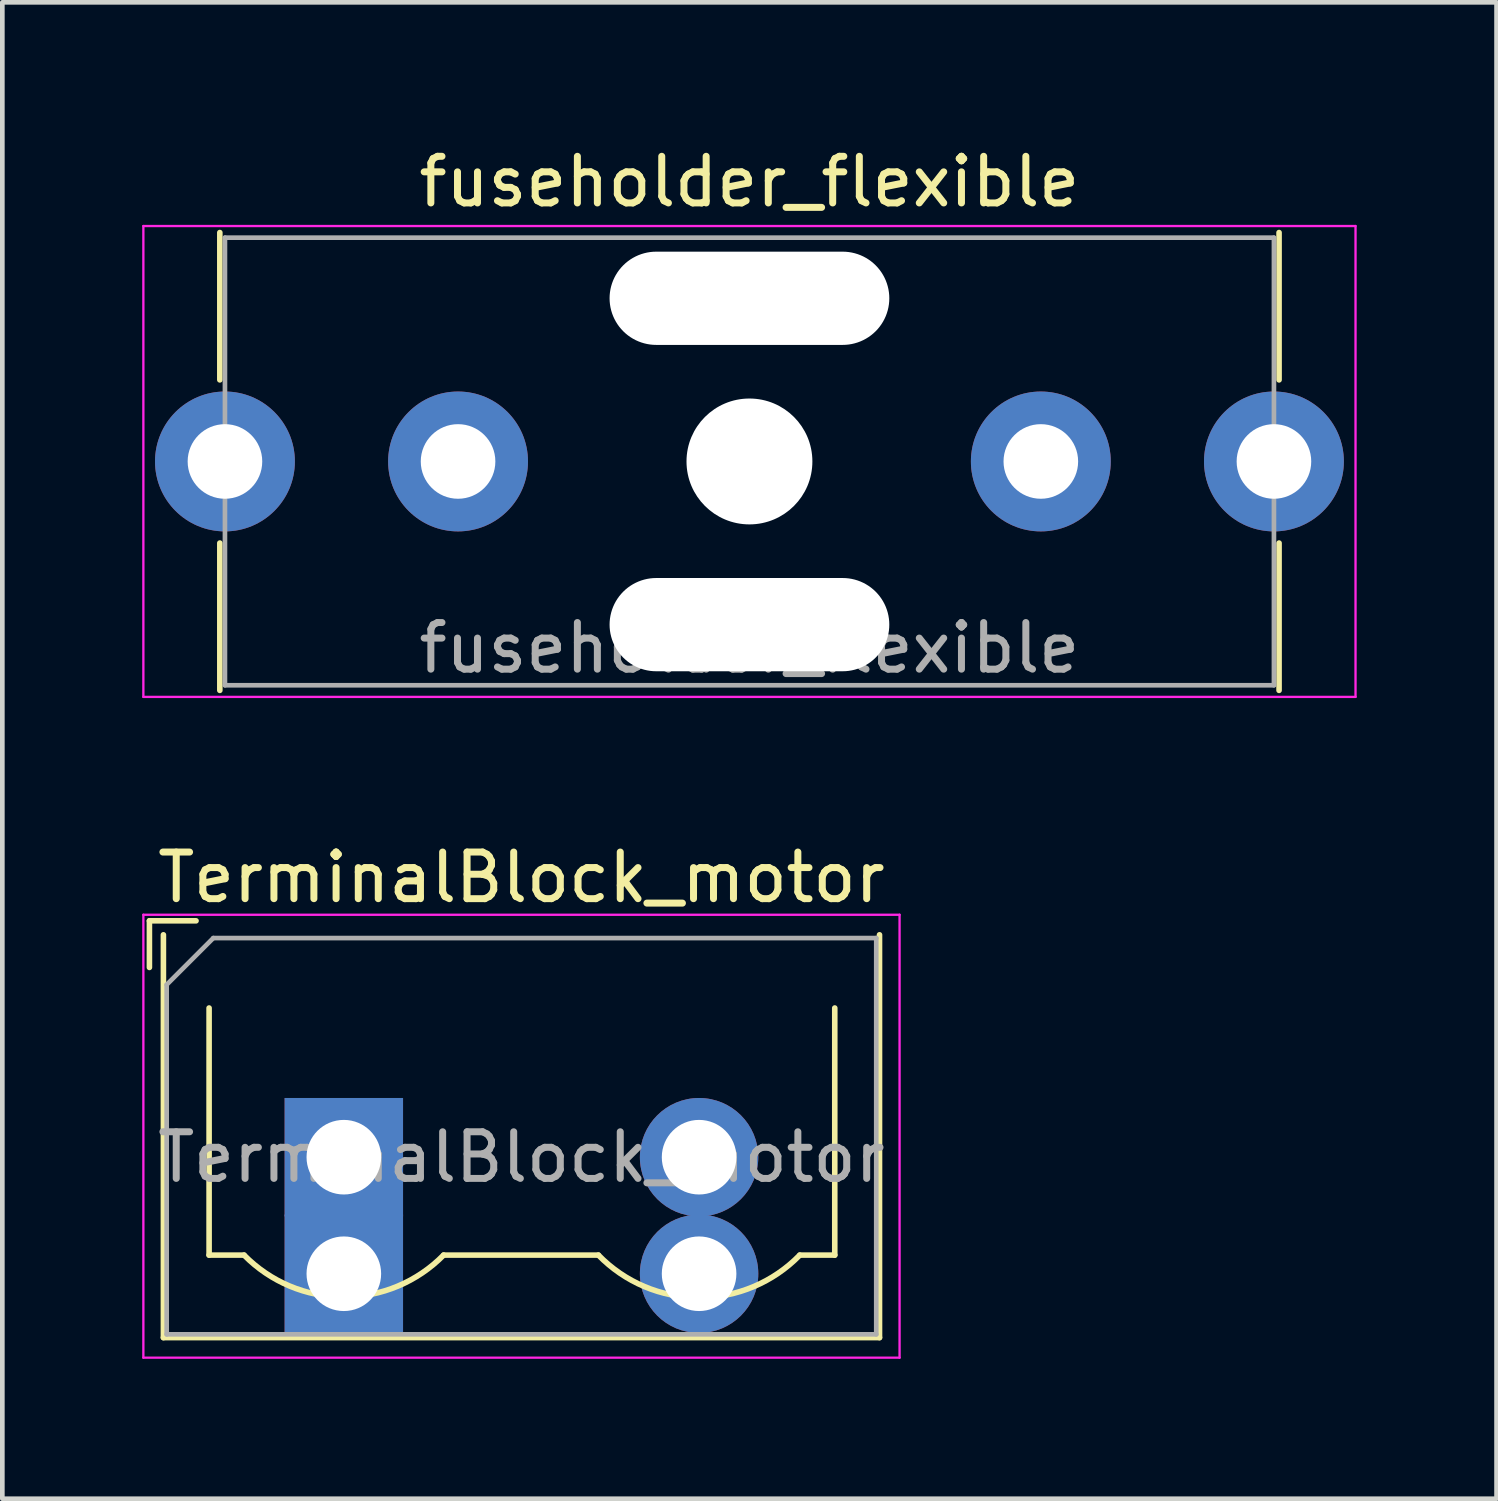
<source format=kicad_pcb>
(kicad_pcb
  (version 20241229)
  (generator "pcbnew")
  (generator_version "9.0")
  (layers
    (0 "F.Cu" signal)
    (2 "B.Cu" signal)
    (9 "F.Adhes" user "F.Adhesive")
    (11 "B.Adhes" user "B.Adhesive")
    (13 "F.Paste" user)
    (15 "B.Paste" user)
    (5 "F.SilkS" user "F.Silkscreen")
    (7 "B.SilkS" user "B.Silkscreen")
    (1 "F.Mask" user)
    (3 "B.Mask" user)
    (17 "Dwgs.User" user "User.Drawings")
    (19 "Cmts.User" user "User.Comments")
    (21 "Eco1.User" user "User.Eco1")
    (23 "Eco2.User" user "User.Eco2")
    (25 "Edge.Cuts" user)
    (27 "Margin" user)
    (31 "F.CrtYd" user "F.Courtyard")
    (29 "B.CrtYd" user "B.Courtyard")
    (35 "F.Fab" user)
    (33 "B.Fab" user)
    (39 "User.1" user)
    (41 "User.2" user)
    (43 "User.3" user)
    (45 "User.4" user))
  (footprint "fuseholder_flexible"
    (layer "F.Cu")
    (at 1.775 6.848)
    (property "Reference" "fuseholder_flexible" (at 11.25 -6 0) (layer "F.SilkS") (effects (font (size 1 1) (thickness 0.15))))
    (attr through_hole)
    (fp_line (start -0.11 -1.75) (end -0.11 -4.91) (stroke (width 0.12) (type solid)) (layer "F.SilkS"))
    (fp_line (start -0.11 4.91) (end -0.11 1.75) (stroke (width 0.12) (type solid)) (layer "F.SilkS"))
    (fp_line (start 22.61 -1.75) (end 22.61 -4.91) (stroke (width 0.12) (type solid)) (layer "F.SilkS"))
    (fp_line (start 22.61 4.91) (end 22.61 1.75) (stroke (width 0.12) (type solid)) (layer "F.SilkS"))
    (fp_line (start -1.75 -5.05) (end 24.25 -5.05) (stroke (width 0.05) (type solid)) (layer "F.CrtYd"))
    (fp_line (start -1.75 5.05) (end -1.75 -5.05) (stroke (width 0.05) (type solid)) (layer "F.CrtYd"))
    (fp_line (start 24.25 -5.05) (end 24.25 5.05) (stroke (width 0.05) (type solid)) (layer "F.CrtYd"))
    (fp_line (start 24.25 5.05) (end -1.75 5.05) (stroke (width 0.05) (type solid)) (layer "F.CrtYd"))
    (fp_line (start 0 -4.8) (end 0 4.8) (stroke (width 0.1) (type solid)) (layer "F.Fab"))
    (fp_line (start 0 4.8) (end 22.5 4.8) (stroke (width 0.1) (type solid)) (layer "F.Fab"))
    (fp_line (start 22.5 -4.8) (end 0 -4.8) (stroke (width 0.1) (type solid)) (layer "F.Fab"))
    (fp_line (start 22.5 4.8) (end 22.5 -4.8) (stroke (width 0.1) (type solid)) (layer "F.Fab"))
    (fp_text user "${REFERENCE}" (at 11.25 4 0) (layer "F.Fab") (effects (font (size 1 1) (thickness 0.15))))
    (pad "" np_thru_hole oval (at 11.25 -3.5) (size 6 2) (drill oval 6 2) (layers "*.Cu" "*.Mask"))
    (pad "" np_thru_hole circle (at 11.25 0) (size 2.7 2.7) (drill 2.7) (layers "*.Cu" "*.Mask"))
    (pad "" np_thru_hole oval (at 11.25 3.5) (size 6 2) (drill oval 6 2) (layers "*.Cu" "*.Mask"))
    (pad "1" thru_hole circle (at 0 0) (size 3 3) (drill 1.6) (layers "*.Cu" "*.Mask"))
    (pad "1" thru_hole circle (at 5 0) (size 3 3) (drill 1.6) (layers "*.Cu" "*.Mask"))
    (pad "2" thru_hole circle (at 17.5 0) (size 3 3) (drill 1.6) (layers "*.Cu" "*.Mask"))
    (pad "2" thru_hole circle (at 22.5 0) (size 3 3) (drill 1.6) (layers "*.Cu" "*.Mask")))
  (footprint "TerminalBlock_motor"
    (layer "F.Cu")
    (at 4.325 21.771)
    (property "Reference" "TerminalBlock_motor" (at 3.81 -6 180) (layer "F.SilkS") (effects (font (size 1 1) (thickness 0.15))))
    (attr through_hole)
    (fp_line (start -4.17 -5.07) (end -4.17 -4.07) (stroke (width 0.12) (type solid)) (layer "F.SilkS"))
    (fp_line (start -4.17 -5.07) (end -3.17 -5.07) (stroke (width 0.12) (type solid)) (layer "F.SilkS"))
    (fp_line (start -3.87 3.87) (end -3.87 -4.77) (stroke (width 0.12) (type solid)) (layer "F.SilkS"))
    (fp_line (start -2.89 -3.2) (end -2.89 2.1) (stroke (width 0.12) (type solid)) (layer "F.SilkS"))
    (fp_line (start -2.89 2.1) (end -2.14 2.1) (stroke (width 0.12) (type solid)) (layer "F.SilkS"))
    (fp_line (start 2.14 2.1) (end 5.46 2.1) (stroke (width 0.12) (type solid)) (layer "F.SilkS"))
    (fp_line (start 9.78 2.1) (end 10.53 2.1) (stroke (width 0.12) (type solid)) (layer "F.SilkS"))
    (fp_line (start 10.53 2.1) (end 10.53 -3.2) (stroke (width 0.12) (type solid)) (layer "F.SilkS"))
    (fp_line (start 11.49 -4.77) (end 11.49 3.87) (stroke (width 0.12) (type solid)) (layer "F.SilkS"))
    (fp_line (start 11.49 3.87) (end -3.87 3.87) (stroke (width 0.12) (type solid)) (layer "F.SilkS"))
    (fp_arc (start 2.140696 2.099291) (mid 0.000497 2.998266) (end -2.14 2.1) (stroke (width 0.12) (type solid)) (layer "F.SilkS"))
    (fp_arc (start 9.779492 2.100522) (mid 7.619636 3.012573) (end 5.46 2.1) (stroke (width 0.12) (type solid)) (layer "F.SilkS"))
    (fp_line (start -4.3 -5.2) (end 11.92 -5.2) (stroke (width 0.05) (type solid)) (layer "F.CrtYd"))
    (fp_line (start -4.3 4.3) (end -4.3 -5.2) (stroke (width 0.05) (type solid)) (layer "F.CrtYd"))
    (fp_line (start 11.92 -5.2) (end 11.92 4.3) (stroke (width 0.05) (type solid)) (layer "F.CrtYd"))
    (fp_line (start 11.92 4.3) (end -4.3 4.3) (stroke (width 0.05) (type solid)) (layer "F.CrtYd"))
    (fp_line (start -3.8 -3.7) (end -2.8 -4.7) (stroke (width 0.1) (type solid)) (layer "F.Fab"))
    (fp_line (start -3.8 3.8) (end -3.8 -3.7) (stroke (width 0.1) (type solid)) (layer "F.Fab"))
    (fp_line (start -2.8 -4.7) (end 11.42 -4.7) (stroke (width 0.1) (type solid)) (layer "F.Fab"))
    (fp_line (start 11.42 -4.7) (end 11.42 3.8) (stroke (width 0.1) (type solid)) (layer "F.Fab"))
    (fp_line (start 11.42 3.8) (end -3.8 3.8) (stroke (width 0.1) (type solid)) (layer "F.Fab"))
    (fp_text user "${REFERENCE}" (at 3.81 0 180) (layer "F.Fab") (effects (font (size 1 1) (thickness 0.15))))
    (pad "1" thru_hole rect (at 0 0) (size 2.54 2.54) (drill 1.6) (layers "*.Cu" "*.Mask"))
    (pad "1" thru_hole rect (at 0 2.5) (size 2.54 2.54) (drill 1.6) (layers "*.Cu" "*.Mask"))
    (pad "2" thru_hole circle (at 7.62 0) (size 2.54 2.54) (drill 1.6) (layers "*.Cu" "*.Mask"))
    (pad "2" thru_hole circle (at 7.62 2.5) (size 2.54 2.54) (drill 1.6) (layers "*.Cu" "*.Mask")))
  (gr_rect
    (start -3 -3)
    (end 29.05 29.096)
    (stroke (width 0.1) (type default))
    (fill no)
    (layer "Edge.Cuts")))
</source>
